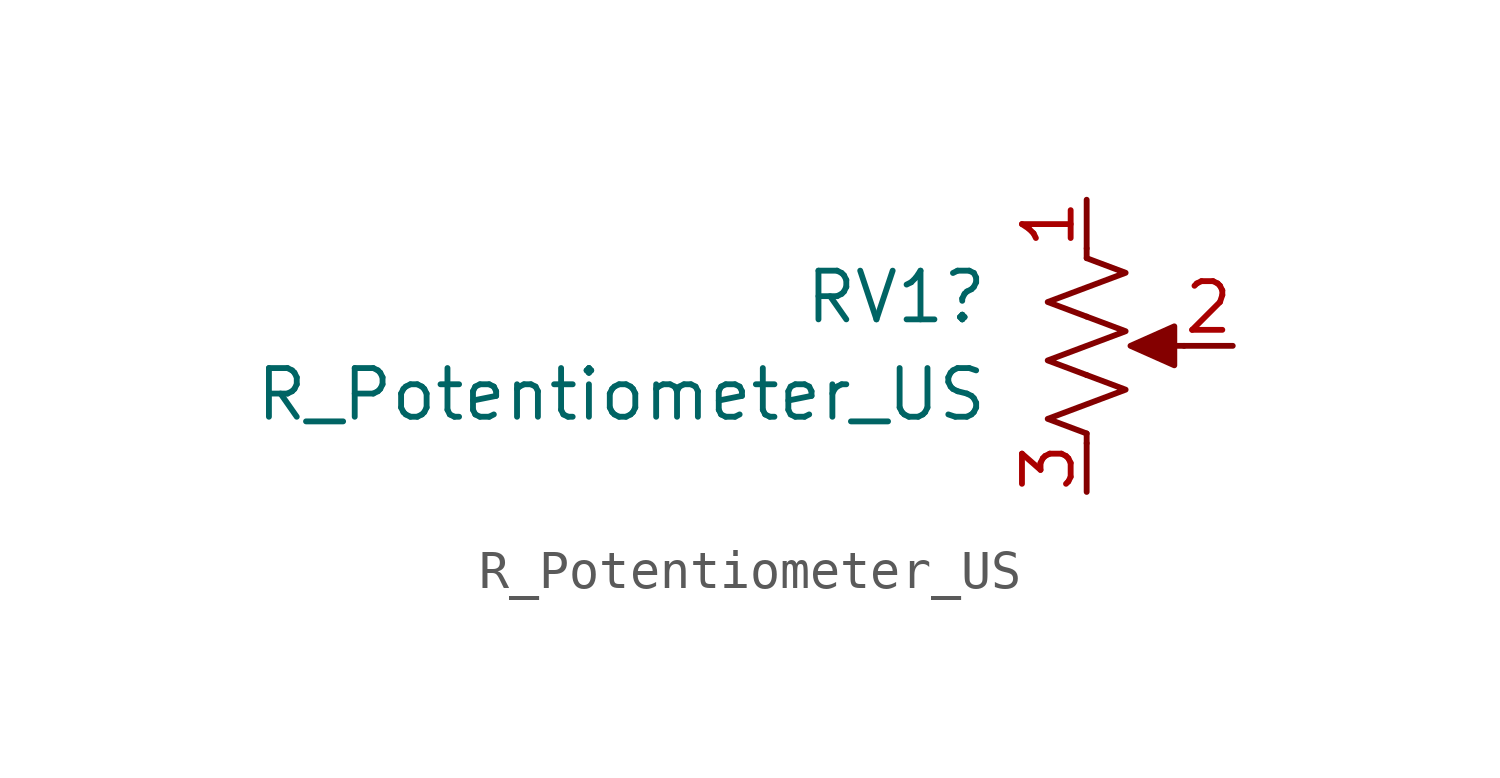
<source format=kicad_sym>
(kicad_symbol_lib
  (version 20231120)
  (generator "kicad_symbol_editor")
  (generator_version "8.0")
  (symbol "R_Potentiometer_US"
    (pin_names
      (offset 1.016) hide)
    (property "Reference" "RV1"
      (at -2.54 1.27 0)
      (effects (font (size 1.27 1.27)) (justify right)))
    (property "Value" "R_Potentiometer_US"
      (at -2.54 -1.27 0)
      (effects (font (size 1.27 1.27)) (justify right)))
    (symbol "R_Potentiometer_US_0_1"
      (polyline (pts (xy 0 -2.286) (xy 0 -2.54)) (stroke (width 0) (type default)) (fill (type none)))
      (polyline (pts (xy 0 2.54) (xy 0 2.286)) (stroke (width 0) (type default)) (fill (type none)))
      (polyline (pts (xy 2.54 0) (xy 1.524 0)) (stroke (width 0) (type default)) (fill (type none)))
      (polyline (pts (xy 1.143 0) (xy 2.286 0.508) (xy 2.286 -0.508) (xy 1.143 0)) (stroke (width 0) (type default)) (fill (type outline)))
      (polyline (pts (xy 0 -0.762) (xy 1.016 -1.143) (xy 0 -1.524) (xy -1.016 -1.905) (xy 0 -2.286)) (stroke (width 0) (type default)) (fill (type none)))
      (polyline (pts (xy 0 0.762) (xy 1.016 0.381) (xy 0 0) (xy -1.016 -0.381) (xy 0 -0.762)) (stroke (width 0) (type default)) (fill (type none)))
      (polyline (pts (xy 0 2.286) (xy 1.016 1.905) (xy 0 1.524) (xy -1.016 1.143) (xy 0 0.762)) (stroke (width 0) (type default)) (fill (type none))))
    (symbol "R_Potentiometer_US_1_1"
      (pin passive line (at 0 3.81 270) (length 1.27) (name "1" (effects (font (size 1.27 1.27)))) (number "1" (effects (font (size 1.27 1.27)))))
      (pin passive line (at 3.81 0 180) (length 1.27) (name "2" (effects (font (size 1.27 1.27)))) (number "2" (effects (font (size 1.27 1.27)))))
      (pin passive line (at 0 -3.81 90) (length 1.27) (name "3" (effects (font (size 1.27 1.27)))) (number "3" (effects (font (size 1.27 1.27))))))))
</source>
